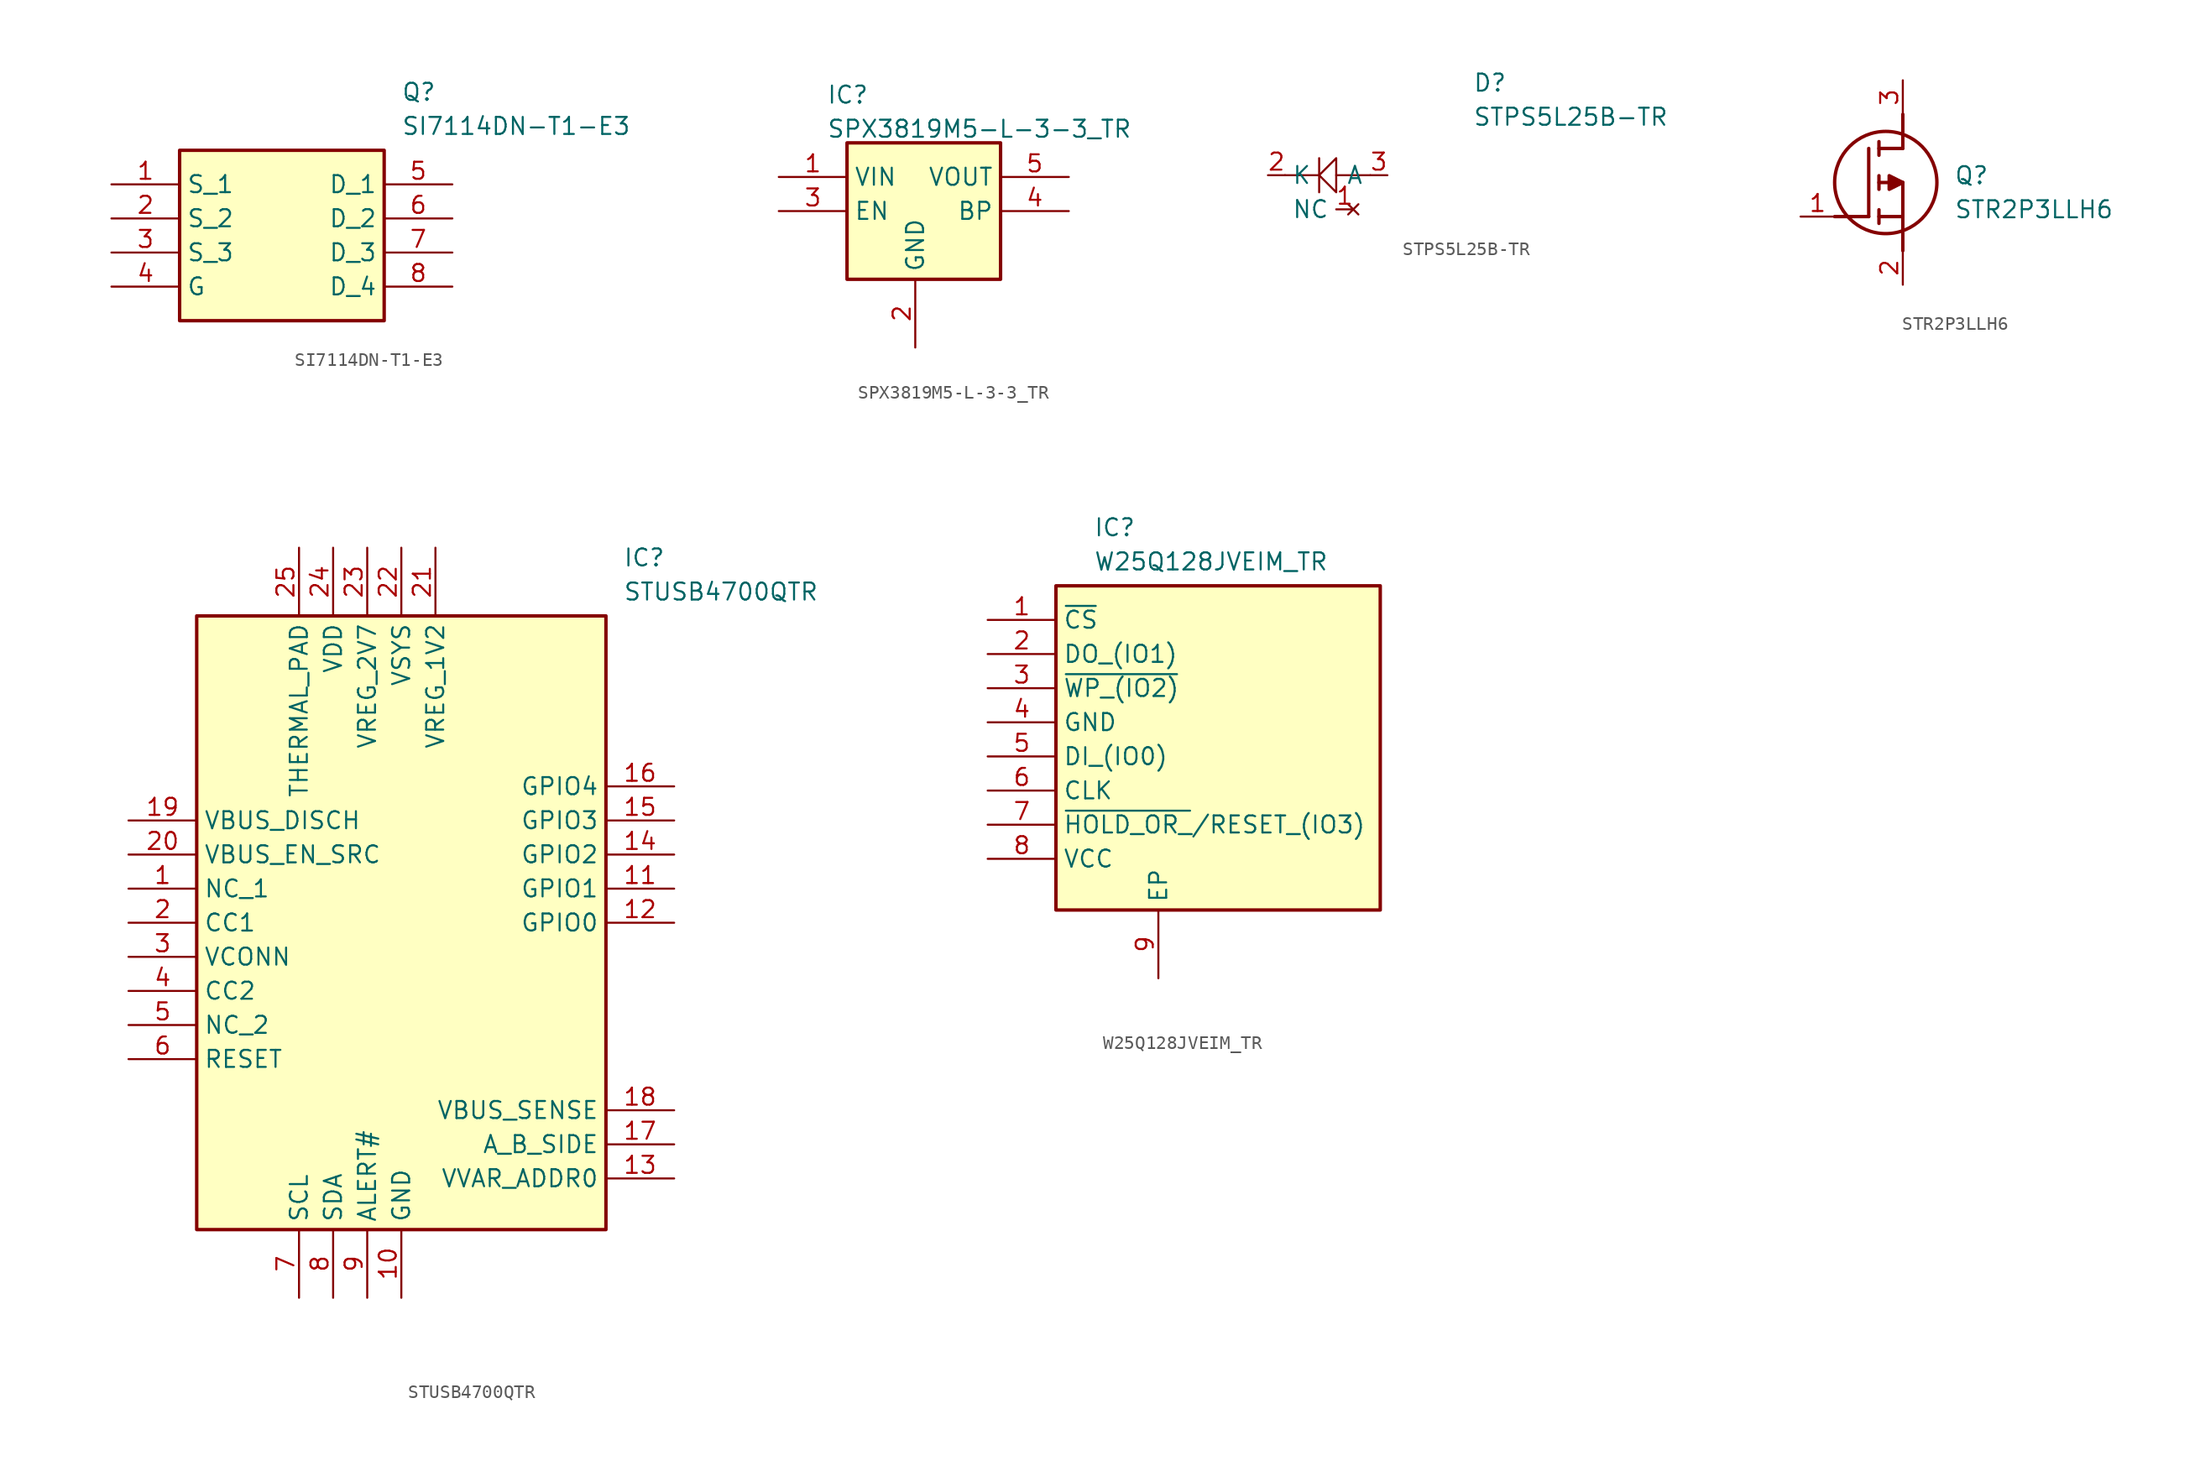
<source format=kicad_sym>
(kicad_symbol_lib
  (version 20241209)
  (generator "kicad_symbol_editor")
  (generator_version "9.0")
  (symbol "SI7114DN-T1-E3"
    (property "Reference" "Q"
      (at 21.59 7.62 0)
      (effects (font (size 1.27 1.27)) (justify left top)))
    (property "Value" "SI7114DN-T1-E3"
      (at 21.59 5.08 0)
      (effects (font (size 1.27 1.27)) (justify left top)))
    (symbol "SI7114DN-T1-E3_1_1"
      (rectangle (start 5.08 2.54) (end 20.32 -10.16) (stroke (width 0.254) (type default)) (fill (type background)))
      (pin passive line (at 0 0 0) (length 5.08) (name "S_1" (effects (font (size 1.27 1.27)))) (number "1" (effects (font (size 1.27 1.27)))))
      (pin passive line (at 0 -2.54 0) (length 5.08) (name "S_2" (effects (font (size 1.27 1.27)))) (number "2" (effects (font (size 1.27 1.27)))))
      (pin passive line (at 0 -5.08 0) (length 5.08) (name "S_3" (effects (font (size 1.27 1.27)))) (number "3" (effects (font (size 1.27 1.27)))))
      (pin passive line (at 0 -7.62 0) (length 5.08) (name "G" (effects (font (size 1.27 1.27)))) (number "4" (effects (font (size 1.27 1.27)))))
      (pin passive line (at 25.4 0 180) (length 5.08) (name "D_1" (effects (font (size 1.27 1.27)))) (number "5" (effects (font (size 1.27 1.27)))))
      (pin passive line (at 25.4 -2.54 180) (length 5.08) (name "D_2" (effects (font (size 1.27 1.27)))) (number "6" (effects (font (size 1.27 1.27)))))
      (pin passive line (at 25.4 -5.08 180) (length 5.08) (name "D_3" (effects (font (size 1.27 1.27)))) (number "7" (effects (font (size 1.27 1.27)))))
      (pin passive line (at 25.4 -7.62 180) (length 5.08) (name "D_4" (effects (font (size 1.27 1.27)))) (number "8" (effects (font (size 1.27 1.27)))))))
  (symbol "SPX3819M5-L-3-3_TR"
    (property "Reference" "IC"
      (at 3.556 6.858 0)
      (effects (font (size 1.27 1.27)) (justify left top)))
    (property "Value" "SPX3819M5-L-3-3_TR"
      (at 3.556 4.318 0)
      (effects (font (size 1.27 1.27)) (justify left top)))
    (symbol "SPX3819M5-L-3-3_TR_1_1"
      (rectangle (start 5.08 2.54) (end 16.51 -7.62) (stroke (width 0.254) (type default)) (fill (type background)))
      (pin passive line (at 0 0 0) (length 5.08) (name "VIN" (effects (font (size 1.27 1.27)))) (number "1" (effects (font (size 1.27 1.27)))))
      (pin passive line (at 0 -2.54 0) (length 5.08) (name "EN" (effects (font (size 1.27 1.27)))) (number "3" (effects (font (size 1.27 1.27)))))
      (pin passive line (at 10.16 -12.7 90) (length 5.08) (name "GND" (effects (font (size 1.27 1.27)))) (number "2" (effects (font (size 1.27 1.27)))))
      (pin passive line (at 21.59 0 180) (length 5.08) (name "VOUT" (effects (font (size 1.27 1.27)))) (number "5" (effects (font (size 1.27 1.27)))))
      (pin passive line (at 21.59 -2.54 180) (length 5.08) (name "BP" (effects (font (size 1.27 1.27)))) (number "4" (effects (font (size 1.27 1.27)))))))
  (symbol "STPS5L25B-TR"
    (property "Reference" "D"
      (at 19.05 7.62 0)
      (effects (font (size 1.27 1.27)) (justify left top)))
    (property "Value" "STPS5L25B-TR"
      (at 19.05 5.08 0)
      (effects (font (size 1.27 1.27)) (justify left top)))
    (symbol "STPS5L25B-TR_0_1"
      (polyline (pts (xy 7.62 1.27) (xy 7.62 -1.27)) (stroke (width 0) (type default)) (fill (type none)))
      (polyline (pts (xy 7.62 0) (xy 5.08 0)) (stroke (width 0) (type default)) (fill (type none)))
      (polyline (pts (xy 7.62 0) (xy 8.89 -1.27) (xy 8.89 1.27) (xy 7.62 0)) (stroke (width 0) (type default)) (fill (type none)))
      (polyline (pts (xy 11.43 0) (xy 8.89 0)) (stroke (width 0) (type default)) (fill (type none))))
    (symbol "STPS5L25B-TR_1_1"
      (pin passive line (at 3.81 0 0) (length 1.27) (name "K" (effects (font (size 1.27 1.27)))) (number "2" (effects (font (size 1.27 1.27)))))
      (pin no_connect line (at 10.16 -2.54 180) (length 1.27) (name "NC" (effects (font (size 1.27 1.27)))) (number "1" (effects (font (size 1.27 1.27)))))
      (pin passive line (at 12.7 0 180) (length 1.27) (name "A" (effects (font (size 1.27 1.27)))) (number "3" (effects (font (size 1.27 1.27)))))))
  (symbol "STR2P3LLH6"
    (pin_names
      (hide yes))
    (property "Reference" "Q"
      (at 11.43 3.81 0)
      (effects (font (size 1.27 1.27)) (justify left top)))
    (property "Value" "STR2P3LLH6"
      (at 11.43 1.27 0)
      (effects (font (size 1.27 1.27)) (justify left top)))
    (symbol "STR2P3LLH6_1_1"
      (polyline (pts (xy 2.54 0) (xy 5.08 0)) (stroke (width 0.254) (type default)) (fill (type none)))
      (polyline (pts (xy 5.08 5.08) (xy 5.08 0)) (stroke (width 0.254) (type default)) (fill (type none)))
      (polyline (pts (xy 5.842 5.588) (xy 5.842 4.572)) (stroke (width 0.254) (type default)) (fill (type none)))
      (polyline (pts (xy 5.842 2.032) (xy 5.842 3.048)) (stroke (width 0.254) (type default)) (fill (type none)))
      (polyline (pts (xy 5.842 0) (xy 7.62 0)) (stroke (width 0.254) (type default)) (fill (type none)))
      (polyline (pts (xy 5.842 -0.508) (xy 5.842 0.508)) (stroke (width 0.254) (type default)) (fill (type none)))
      (circle (center 6.35 2.54) (radius 3.81) (stroke (width 0.254) (type default)) (fill (type none)))
      (polyline (pts (xy 7.62 5.08) (xy 5.842 5.08)) (stroke (width 0.254) (type default)) (fill (type none)))
      (polyline (pts (xy 7.62 5.08) (xy 7.62 7.62)) (stroke (width 0.254) (type default)) (fill (type none)))
      (polyline (pts (xy 7.62 2.54) (xy 5.842 2.54)) (stroke (width 0.254) (type default)) (fill (type none)))
      (polyline (pts (xy 7.62 2.54) (xy 7.62 -2.54)) (stroke (width 0.254) (type default)) (fill (type none)))
      (polyline (pts (xy 7.62 2.54) (xy 6.604 3.048) (xy 6.604 2.032) (xy 7.62 2.54)) (stroke (width 0.254) (type default)) (fill (type outline)))
      (pin passive line (at 0 0 0) (length 2.54) (name "G" (effects (font (size 1.27 1.27)))) (number "1" (effects (font (size 1.27 1.27)))))
      (pin passive line (at 7.62 10.16 270) (length 2.54) (name "D" (effects (font (size 1.27 1.27)))) (number "3" (effects (font (size 1.27 1.27)))))
      (pin passive line (at 7.62 -5.08 90) (length 2.54) (name "S" (effects (font (size 1.27 1.27)))) (number "2" (effects (font (size 1.27 1.27)))))))
  (symbol "STUSB4700QTR"
    (property "Reference" "IC"
      (at 36.83 25.4 0)
      (effects (font (size 1.27 1.27)) (justify left top)))
    (property "Value" "STUSB4700QTR"
      (at 36.83 22.86 0)
      (effects (font (size 1.27 1.27)) (justify left top)))
    (symbol "STUSB4700QTR_1_1"
      (rectangle (start 5.08 20.32) (end 35.56 -25.4) (stroke (width 0.254) (type default)) (fill (type background)))
      (pin passive line (at 0 5.08 0) (length 5.08) (name "VBUS_DISCH" (effects (font (size 1.27 1.27)))) (number "19" (effects (font (size 1.27 1.27)))))
      (pin passive line (at 0 2.54 0) (length 5.08) (name "VBUS_EN_SRC" (effects (font (size 1.27 1.27)))) (number "20" (effects (font (size 1.27 1.27)))))
      (pin passive line (at 0 0 0) (length 5.08) (name "NC_1" (effects (font (size 1.27 1.27)))) (number "1" (effects (font (size 1.27 1.27)))))
      (pin passive line (at 0 -2.54 0) (length 5.08) (name "CC1" (effects (font (size 1.27 1.27)))) (number "2" (effects (font (size 1.27 1.27)))))
      (pin passive line (at 0 -5.08 0) (length 5.08) (name "VCONN" (effects (font (size 1.27 1.27)))) (number "3" (effects (font (size 1.27 1.27)))))
      (pin passive line (at 0 -7.62 0) (length 5.08) (name "CC2" (effects (font (size 1.27 1.27)))) (number "4" (effects (font (size 1.27 1.27)))))
      (pin passive line (at 0 -10.16 0) (length 5.08) (name "NC_2" (effects (font (size 1.27 1.27)))) (number "5" (effects (font (size 1.27 1.27)))))
      (pin passive line (at 0 -12.7 0) (length 5.08) (name "RESET" (effects (font (size 1.27 1.27)))) (number "6" (effects (font (size 1.27 1.27)))))
      (pin passive line (at 12.7 25.4 270) (length 5.08) (name "THERMAL_PAD" (effects (font (size 1.27 1.27)))) (number "25" (effects (font (size 1.27 1.27)))))
      (pin passive line (at 12.7 -30.48 90) (length 5.08) (name "SCL" (effects (font (size 1.27 1.27)))) (number "7" (effects (font (size 1.27 1.27)))))
      (pin passive line (at 15.24 25.4 270) (length 5.08) (name "VDD" (effects (font (size 1.27 1.27)))) (number "24" (effects (font (size 1.27 1.27)))))
      (pin passive line (at 15.24 -30.48 90) (length 5.08) (name "SDA" (effects (font (size 1.27 1.27)))) (number "8" (effects (font (size 1.27 1.27)))))
      (pin passive line (at 17.78 25.4 270) (length 5.08) (name "VREG_2V7" (effects (font (size 1.27 1.27)))) (number "23" (effects (font (size 1.27 1.27)))))
      (pin passive line (at 17.78 -30.48 90) (length 5.08) (name "ALERT#" (effects (font (size 1.27 1.27)))) (number "9" (effects (font (size 1.27 1.27)))))
      (pin passive line (at 20.32 25.4 270) (length 5.08) (name "VSYS" (effects (font (size 1.27 1.27)))) (number "22" (effects (font (size 1.27 1.27)))))
      (pin passive line (at 20.32 -30.48 90) (length 5.08) (name "GND" (effects (font (size 1.27 1.27)))) (number "10" (effects (font (size 1.27 1.27)))))
      (pin passive line (at 22.86 25.4 270) (length 5.08) (name "VREG_1V2" (effects (font (size 1.27 1.27)))) (number "21" (effects (font (size 1.27 1.27)))))
      (pin passive line (at 40.64 7.62 180) (length 5.08) (name "GPIO4" (effects (font (size 1.27 1.27)))) (number "16" (effects (font (size 1.27 1.27)))))
      (pin passive line (at 40.64 5.08 180) (length 5.08) (name "GPIO3" (effects (font (size 1.27 1.27)))) (number "15" (effects (font (size 1.27 1.27)))))
      (pin passive line (at 40.64 2.54 180) (length 5.08) (name "GPIO2" (effects (font (size 1.27 1.27)))) (number "14" (effects (font (size 1.27 1.27)))))
      (pin passive line (at 40.64 0 180) (length 5.08) (name "GPIO1" (effects (font (size 1.27 1.27)))) (number "11" (effects (font (size 1.27 1.27)))))
      (pin passive line (at 40.64 -2.54 180) (length 5.08) (name "GPIO0" (effects (font (size 1.27 1.27)))) (number "12" (effects (font (size 1.27 1.27)))))
      (pin passive line (at 40.64 -16.51 180) (length 5.08) (name "VBUS_SENSE" (effects (font (size 1.27 1.27)))) (number "18" (effects (font (size 1.27 1.27)))))
      (pin passive line (at 40.64 -19.05 180) (length 5.08) (name "A_B_SIDE" (effects (font (size 1.27 1.27)))) (number "17" (effects (font (size 1.27 1.27)))))
      (pin passive line (at 40.64 -21.59 180) (length 5.08) (name "VVAR_ADDR0" (effects (font (size 1.27 1.27)))) (number "13" (effects (font (size 1.27 1.27)))))))
  (symbol "W25Q128JVEIM_TR"
    (property "Reference" "IC"
      (at 7.874 7.62 0)
      (effects (font (size 1.27 1.27)) (justify left top)))
    (property "Value" "W25Q128JVEIM_TR"
      (at 7.874 5.08 0)
      (effects (font (size 1.27 1.27)) (justify left top)))
    (symbol "W25Q128JVEIM_TR_1_1"
      (rectangle (start 5.08 2.54) (end 29.21 -21.59) (stroke (width 0.254) (type default)) (fill (type background)))
      (pin passive line (at 0 0 0) (length 5.08) (name "~{CS}" (effects (font (size 1.27 1.27)))) (number "1" (effects (font (size 1.27 1.27)))))
      (pin passive line (at 0 -2.54 0) (length 5.08) (name "DO_(IO1)" (effects (font (size 1.27 1.27)))) (number "2" (effects (font (size 1.27 1.27)))))
      (pin passive line (at 0 -5.08 0) (length 5.08) (name "~{WP_(IO2)}" (effects (font (size 1.27 1.27)))) (number "3" (effects (font (size 1.27 1.27)))))
      (pin passive line (at 0 -7.62 0) (length 5.08) (name "GND" (effects (font (size 1.27 1.27)))) (number "4" (effects (font (size 1.27 1.27)))))
      (pin passive line (at 0 -10.16 0) (length 5.08) (name "DI_(IO0)" (effects (font (size 1.27 1.27)))) (number "5" (effects (font (size 1.27 1.27)))))
      (pin passive line (at 0 -12.7 0) (length 5.08) (name "CLK" (effects (font (size 1.27 1.27)))) (number "6" (effects (font (size 1.27 1.27)))))
      (pin passive line (at 0 -15.24 0) (length 5.08) (name "~{HOLD_OR_}/RESET_(IO3)" (effects (font (size 1.27 1.27)))) (number "7" (effects (font (size 1.27 1.27)))))
      (pin passive line (at 0 -17.78 0) (length 5.08) (name "VCC" (effects (font (size 1.27 1.27)))) (number "8" (effects (font (size 1.27 1.27)))))
      (pin passive line (at 12.7 -26.67 90) (length 5.08) (name "EP" (effects (font (size 1.27 1.27)))) (number "9" (effects (font (size 1.27 1.27))))))))
</source>
